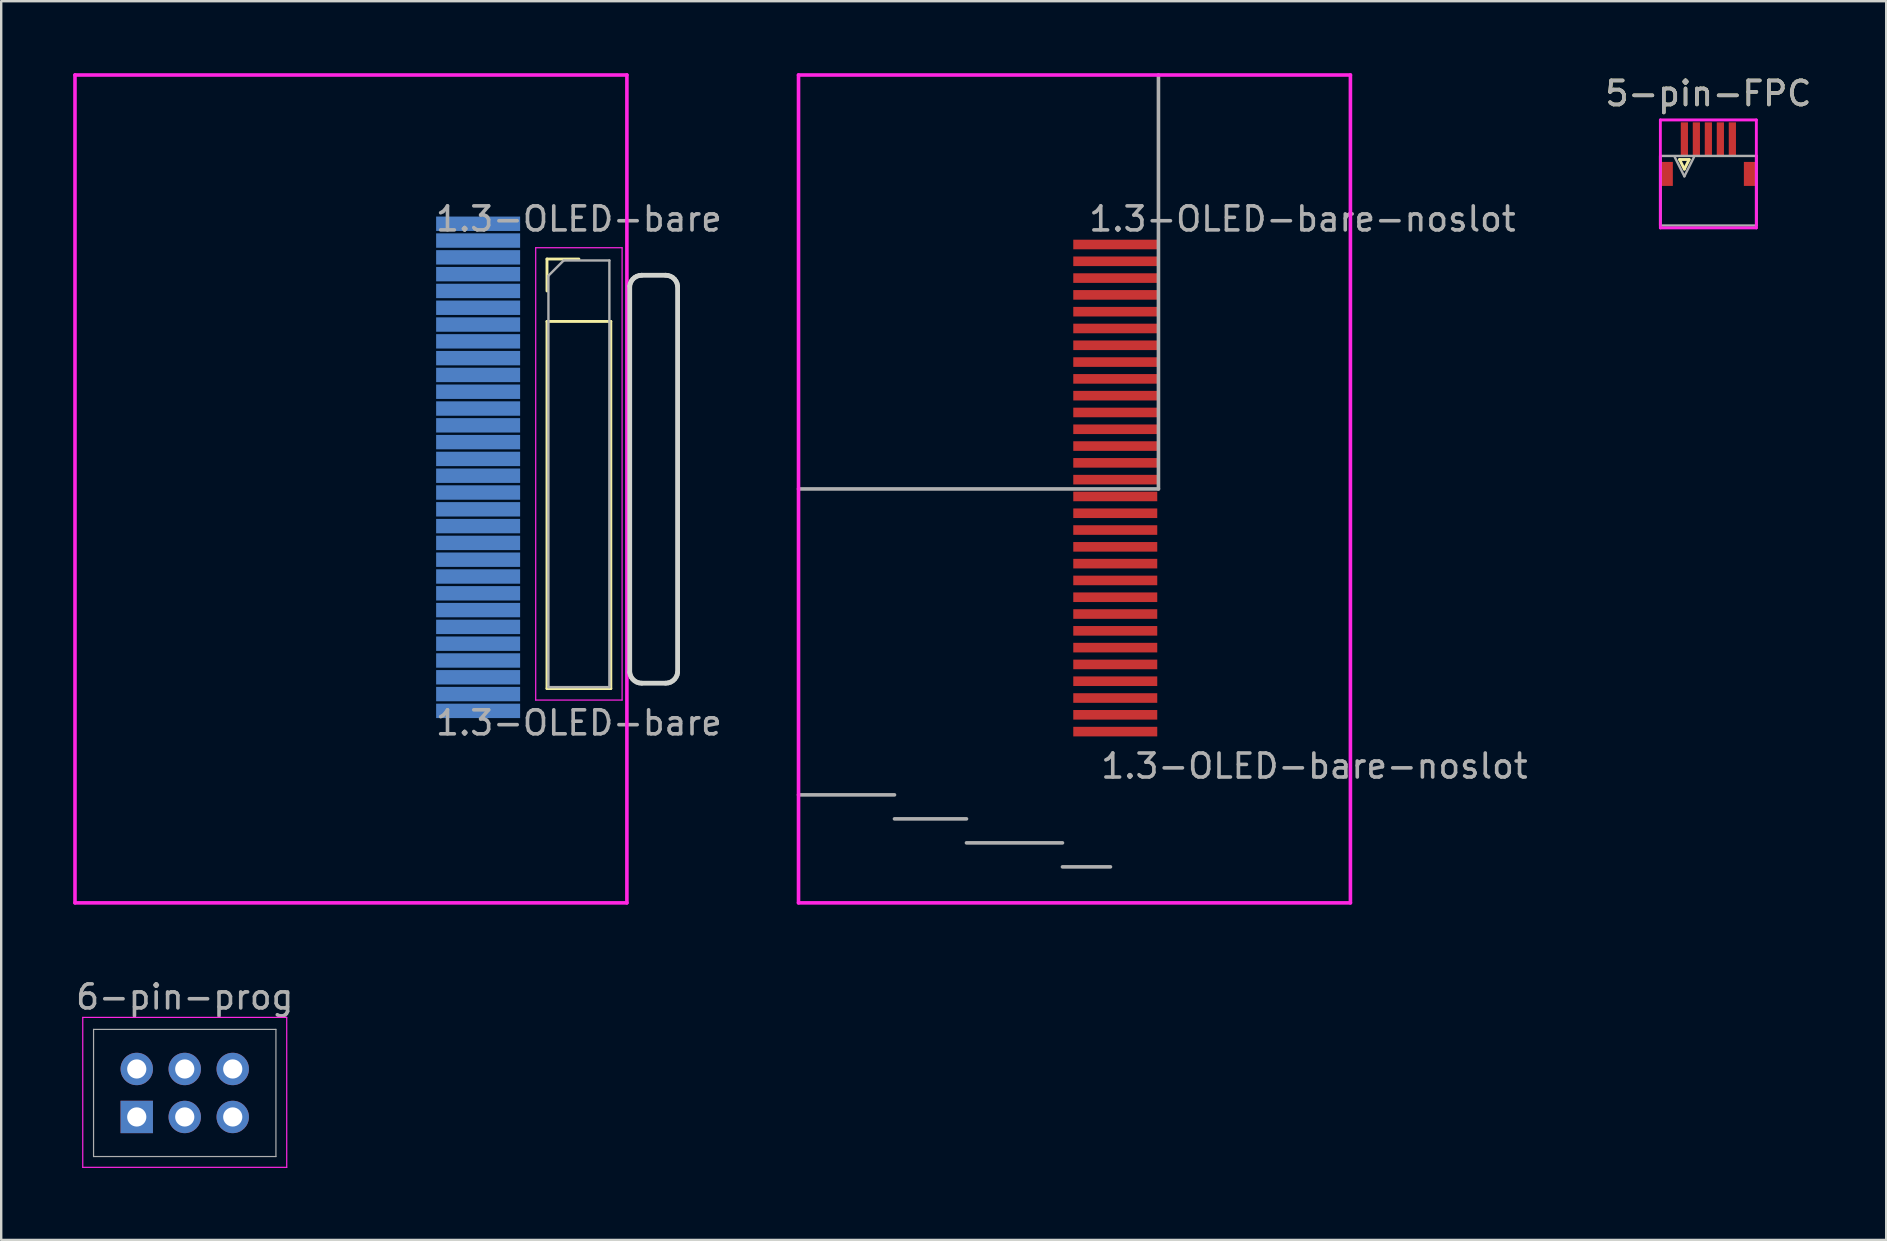
<source format=kicad_pcb>
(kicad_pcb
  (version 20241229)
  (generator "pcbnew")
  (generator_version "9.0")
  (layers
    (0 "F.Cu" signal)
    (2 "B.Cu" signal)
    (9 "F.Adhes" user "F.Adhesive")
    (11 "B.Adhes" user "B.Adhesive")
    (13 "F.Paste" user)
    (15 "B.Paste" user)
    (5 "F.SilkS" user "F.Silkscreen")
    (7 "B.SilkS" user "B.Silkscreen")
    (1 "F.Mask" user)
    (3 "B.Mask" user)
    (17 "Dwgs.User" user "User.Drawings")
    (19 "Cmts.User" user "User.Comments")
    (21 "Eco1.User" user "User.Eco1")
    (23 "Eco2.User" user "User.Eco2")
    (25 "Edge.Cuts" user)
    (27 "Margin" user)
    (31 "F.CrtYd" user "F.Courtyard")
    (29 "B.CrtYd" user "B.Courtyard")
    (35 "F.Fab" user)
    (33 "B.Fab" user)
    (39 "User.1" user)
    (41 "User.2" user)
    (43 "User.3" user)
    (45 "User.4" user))
  (footprint "6-pin-prog"
    (layer "F.Cu")
    (at 2.649 43.498)
    (property "Reference" "6-pin-prog" (at 2 -5 0) (layer "F.Fab") (effects (font (size 1 1) (thickness 0.15))))
    (attr through_hole)
    (fp_line (start -2.25 -4.15) (end -2.25 2.1) (stroke (width 0.05) (type solid)) (layer "F.CrtYd"))
    (fp_line (start -2.25 2.1) (end 6.25 2.1) (stroke (width 0.05) (type solid)) (layer "F.CrtYd"))
    (fp_line (start 6.25 -4.15) (end -2.25 -4.15) (stroke (width 0.05) (type solid)) (layer "F.CrtYd"))
    (fp_line (start 6.25 2.1) (end 6.25 -4.15) (stroke (width 0.05) (type solid)) (layer "F.CrtYd"))
    (fp_line (start -1.8 -3.65) (end -1.8 1.65) (stroke (width 0.05) (type solid)) (layer "F.Fab"))
    (fp_line (start -1.8 1.65) (end 5.8 1.65) (stroke (width 0.05) (type solid)) (layer "F.Fab"))
    (fp_line (start 5.8 -3.65) (end -1.8 -3.65) (stroke (width 0.05) (type solid)) (layer "F.Fab"))
    (fp_line (start 5.8 1.65) (end 5.8 -3.65) (stroke (width 0.05) (type solid)) (layer "F.Fab"))
    (pad "1" thru_hole rect (at 0 0) (size 1.35 1.35) (drill 0.8) (layers "*.Cu" "*.Mask"))
    (pad "2" thru_hole circle (at 2 0) (size 1.35 1.35) (drill 0.8) (layers "*.Cu" "*.Mask"))
    (pad "3" thru_hole circle (at 4 0) (size 1.35 1.35) (drill 0.8) (layers "*.Cu" "*.Mask"))
    (pad "4" thru_hole circle (at 0 -2) (size 1.35 1.35) (drill 0.8) (layers "*.Cu" "*.Mask"))
    (pad "5" thru_hole circle (at 2 -2) (size 1.35 1.35) (drill 0.8) (layers "*.Cu" "*.Mask"))
    (pad "6" thru_hole circle (at 4 -2) (size 1.35 1.35) (drill 0.8) (layers "*.Cu" "*.Mask")))
  (footprint "1.3-OLED-bare-noslot"
    (layer "F.Cu")
    (at 51.227 9.075)
    (property "Reference" "1.3-OLED-bare-noslot" (at 0 -3 0) (layer "F.Fab") (effects (font (size 1 1) (thickness 0.15))))
    (attr through_hole)
    (fp_line (start -21 -9) (end 2 -9) (stroke (width 0.15) (type solid)) (layer "F.CrtYd"))
    (fp_line (start -21 25.5) (end -21 -9) (stroke (width 0.15) (type solid)) (layer "F.CrtYd"))
    (fp_line (start 2 25.5) (end -21 25.5) (stroke (width 0.15) (type solid)) (layer "F.CrtYd"))
    (fp_line (start 2 25.5) (end 2 -9) (stroke (width 0.15) (type solid)) (layer "F.CrtYd"))
    (fp_line (start -17 21) (end -21 21) (stroke (width 0.15) (type solid)) (layer "F.Fab"))
    (fp_line (start -14 22) (end -17 22) (stroke (width 0.15) (type solid)) (layer "F.Fab"))
    (fp_line (start -10 23) (end -14 23) (stroke (width 0.15) (type solid)) (layer "F.Fab"))
    (fp_line (start -8 24) (end -10 24) (stroke (width 0.15) (type solid)) (layer "F.Fab"))
    (fp_line (start -6 -9) (end -6 8.25) (stroke (width 0.15) (type solid)) (layer "F.Fab"))
    (fp_line (start -6 8.25) (end -21 8.25) (stroke (width 0.15) (type solid)) (layer "F.Fab"))
    (fp_text user "${REFERENCE}" (at 0.5 19.8 180) (layer "F.Fab") (effects (font (size 1 1) (thickness 0.15))))
    (pad "1" smd rect (at -7.8 -1.936 90) (size 0.4 3.5) (layers "F.Cu" "F.Mask" "F.Paste"))
    (pad "2" smd rect (at -7.8 -1.236 90) (size 0.4 3.5) (layers "F.Cu" "F.Mask" "F.Paste"))
    (pad "3" smd rect (at -7.8 -0.536 90) (size 0.4 3.5) (layers "F.Cu" "F.Mask" "F.Paste"))
    (pad "4" smd rect (at -7.8 0.164 90) (size 0.4 3.5) (layers "F.Cu" "F.Mask" "F.Paste"))
    (pad "5" smd rect (at -7.8 0.864 90) (size 0.4 3.5) (layers "F.Cu" "F.Mask" "F.Paste"))
    (pad "6" smd rect (at -7.8 1.564 90) (size 0.4 3.5) (layers "F.Cu" "F.Mask" "F.Paste"))
    (pad "7" smd rect (at -7.8 2.264 90) (size 0.4 3.5) (layers "F.Cu" "F.Mask" "F.Paste"))
    (pad "8" smd rect (at -7.8 2.964 90) (size 0.4 3.5) (layers "F.Cu" "F.Mask" "F.Paste"))
    (pad "9" smd rect (at -7.8 3.664 90) (size 0.4 3.5) (layers "F.Cu" "F.Mask" "F.Paste"))
    (pad "10" smd rect (at -7.8 4.364 90) (size 0.4 3.5) (layers "F.Cu" "F.Mask" "F.Paste"))
    (pad "11" smd rect (at -7.8 5.064 90) (size 0.4 3.5) (layers "F.Cu" "F.Mask" "F.Paste"))
    (pad "12" smd rect (at -7.8 5.764 90) (size 0.4 3.5) (layers "F.Cu" "F.Mask" "F.Paste"))
    (pad "13" smd rect (at -7.8 6.464 90) (size 0.4 3.5) (layers "F.Cu" "F.Mask" "F.Paste"))
    (pad "14" smd rect (at -7.8 7.164 90) (size 0.4 3.5) (layers "F.Cu" "F.Mask" "F.Paste"))
    (pad "15" smd rect (at -7.8 7.864 90) (size 0.4 3.5) (layers "F.Cu" "F.Mask" "F.Paste"))
    (pad "16" smd rect (at -7.8 8.564 90) (size 0.4 3.5) (layers "F.Cu" "F.Mask" "F.Paste"))
    (pad "17" smd rect (at -7.8 9.264 90) (size 0.4 3.5) (layers "F.Cu" "F.Mask" "F.Paste"))
    (pad "18" smd rect (at -7.8 9.964 90) (size 0.4 3.5) (layers "F.Cu" "F.Mask" "F.Paste"))
    (pad "19" smd rect (at -7.8 10.664 90) (size 0.4 3.5) (layers "F.Cu" "F.Mask" "F.Paste"))
    (pad "20" smd rect (at -7.8 11.364 90) (size 0.4 3.5) (layers "F.Cu" "F.Mask" "F.Paste"))
    (pad "21" smd rect (at -7.8 12.064 90) (size 0.4 3.5) (layers "F.Cu" "F.Mask" "F.Paste"))
    (pad "22" smd rect (at -7.8 12.764 90) (size 0.4 3.5) (layers "F.Cu" "F.Mask" "F.Paste"))
    (pad "23" smd rect (at -7.8 13.464 90) (size 0.4 3.5) (layers "F.Cu" "F.Mask" "F.Paste"))
    (pad "24" smd rect (at -7.8 14.164 90) (size 0.4 3.5) (layers "F.Cu" "F.Mask" "F.Paste"))
    (pad "25" smd rect (at -7.8 14.864 90) (size 0.4 3.5) (layers "F.Cu" "F.Mask" "F.Paste"))
    (pad "26" smd rect (at -7.8 15.564 90) (size 0.4 3.5) (layers "F.Cu" "F.Mask" "F.Paste"))
    (pad "27" smd rect (at -7.8 16.264 90) (size 0.4 3.5) (layers "F.Cu" "F.Mask" "F.Paste"))
    (pad "28" smd rect (at -7.8 16.964 90) (size 0.4 3.5) (layers "F.Cu" "F.Mask" "F.Paste"))
    (pad "29" smd rect (at -7.8 17.664 90) (size 0.4 3.5) (layers "F.Cu" "F.Mask" "F.Paste"))
    (pad "30" smd rect (at -7.8 18.364 90) (size 0.4 3.5) (layers "F.Cu" "F.Mask" "F.Paste")))
  (footprint "5-pin-FPC"
    (layer "F.Cu")
    (at 68.144 3.448)
    (property "Reference" "5-pin-FPC" (at 0 -2.6 0) (layer "F.SilkS") (effects (font (size 1 1) (thickness 0.15))))
    (attr smd)
    (fp_line (start -1.2 0.15) (end -1 0.55) (stroke (width 0.12) (type solid)) (layer "F.SilkS"))
    (fp_line (start -1 0.55) (end -0.8 0.15) (stroke (width 0.12) (type solid)) (layer "F.SilkS"))
    (fp_line (start -0.8 0.15) (end -1.2 0.15) (stroke (width 0.12) (type solid)) (layer "F.SilkS"))
    (fp_line (start -2 -1.5) (end -2 3) (stroke (width 0.12) (type solid)) (layer "F.CrtYd"))
    (fp_line (start -2 3) (end 2 3) (stroke (width 0.12) (type solid)) (layer "F.CrtYd"))
    (fp_line (start 2 -1.5) (end -2 -1.5) (stroke (width 0.12) (type solid)) (layer "F.CrtYd"))
    (fp_line (start 2 3) (end 2 -1.5) (stroke (width 0.12) (type solid)) (layer "F.CrtYd"))
    (fp_line (start -2 0) (end -2 2.9) (stroke (width 0.12) (type solid)) (layer "F.Fab"))
    (fp_line (start -2 0) (end 2 0) (stroke (width 0.1) (type solid)) (layer "F.Fab"))
    (fp_line (start -2 2.9) (end 2 2.9) (stroke (width 0.1) (type solid)) (layer "F.Fab"))
    (fp_line (start -1.4 0.05) (end -1 0.85) (stroke (width 0.1) (type solid)) (layer "F.Fab"))
    (fp_line (start -1 0.85) (end -0.6 0.05) (stroke (width 0.1) (type solid)) (layer "F.Fab"))
    (fp_line (start 2 0) (end 2 2.9) (stroke (width 0.12) (type solid)) (layer "F.Fab"))
    (fp_text user "${REFERENCE}" (at 0 -2.6 0) (layer "F.Fab") (effects (font (size 1 1) (thickness 0.15))))
    (pad "1" smd rect (at -1 -0.7) (size 0.3 1.4) (layers "F.Cu" "F.Mask" "F.Paste"))
    (pad "2" smd rect (at -0.5 -0.7) (size 0.3 1.4) (layers "F.Cu" "F.Mask" "F.Paste"))
    (pad "3" smd rect (at 0 -0.7) (size 0.3 1.4) (layers "F.Cu" "F.Mask" "F.Paste"))
    (pad "4" smd rect (at 0.5 -0.7) (size 0.3 1.4) (layers "F.Cu" "F.Mask" "F.Paste"))
    (pad "5" smd rect (at 1 -0.7) (size 0.3 1.4) (layers "F.Cu" "F.Mask" "F.Paste"))
    (pad "MP" smd rect (at -1.74 0.75) (size 0.52 1) (layers "F.Cu" "F.Mask" "F.Paste"))
    (pad "MP" smd rect (at 1.74 0.75) (size 0.52 1) (layers "F.Cu" "F.Mask" "F.Paste")))
  (footprint "1.3-OLED-bare"
    (layer "F.Cu")
    (at 21.075 9.075)
    (property "Reference" "1.3-OLED-bare" (at 0 -3 0) (layer "F.Fab") (effects (font (size 1 1) (thickness 0.15))))
    (attr through_hole)
    (fp_line (start -1.33 -1.33) (end 0 -1.33) (stroke (width 0.12) (type solid)) (layer "F.SilkS"))
    (fp_line (start -1.33 0) (end -1.33 -1.33) (stroke (width 0.12) (type solid)) (layer "F.SilkS"))
    (fp_line (start -1.33 1.27) (end -1.33 16.57) (stroke (width 0.12) (type solid)) (layer "F.SilkS"))
    (fp_line (start -1.33 1.27) (end 1.33 1.27) (stroke (width 0.12) (type solid)) (layer "F.SilkS"))
    (fp_line (start -1.33 16.57) (end 1.33 16.57) (stroke (width 0.12) (type solid)) (layer "F.SilkS"))
    (fp_line (start 1.33 1.27) (end 1.33 16.57) (stroke (width 0.12) (type solid)) (layer "F.SilkS"))
    (fp_line (start 2.118 -0.206) (end 2.14 -0.309) (stroke (width 0.2) (type solid)) (layer "Edge.Cuts"))
    (fp_line (start 2.118 15.898) (end 2.118 -0.206) (stroke (width 0.2) (type solid)) (layer "Edge.Cuts"))
    (fp_line (start 2.14 -0.309) (end 2.182 -0.404) (stroke (width 0.2) (type solid)) (layer "Edge.Cuts"))
    (fp_line (start 2.14 16) (end 2.118 15.898) (stroke (width 0.2) (type solid)) (layer "Edge.Cuts"))
    (fp_line (start 2.182 -0.404) (end 2.244 -0.489) (stroke (width 0.2) (type solid)) (layer "Edge.Cuts"))
    (fp_line (start 2.182 16.096) (end 2.14 16) (stroke (width 0.2) (type solid)) (layer "Edge.Cuts"))
    (fp_line (start 2.244 -0.489) (end 2.322 -0.559) (stroke (width 0.2) (type solid)) (layer "Edge.Cuts"))
    (fp_line (start 2.244 16.18) (end 2.182 16.096) (stroke (width 0.2) (type solid)) (layer "Edge.Cuts"))
    (fp_line (start 2.322 -0.559) (end 2.412 -0.611) (stroke (width 0.2) (type solid)) (layer "Edge.Cuts"))
    (fp_line (start 2.322 16.25) (end 2.244 16.18) (stroke (width 0.2) (type solid)) (layer "Edge.Cuts"))
    (fp_line (start 2.412 -0.611) (end 2.512 -0.643) (stroke (width 0.2) (type solid)) (layer "Edge.Cuts"))
    (fp_line (start 2.412 16.303) (end 2.322 16.25) (stroke (width 0.2) (type solid)) (layer "Edge.Cuts"))
    (fp_line (start 2.512 -0.643) (end 2.615 -0.654) (stroke (width 0.2) (type solid)) (layer "Edge.Cuts"))
    (fp_line (start 2.512 16.335) (end 2.412 16.303) (stroke (width 0.2) (type solid)) (layer "Edge.Cuts"))
    (fp_line (start 2.615 -0.654) (end 3.615 -0.654) (stroke (width 0.2) (type solid)) (layer "Edge.Cuts"))
    (fp_line (start 2.615 16.346) (end 2.512 16.335) (stroke (width 0.2) (type solid)) (layer "Edge.Cuts"))
    (fp_line (start 3.615 -0.654) (end 3.719 -0.643) (stroke (width 0.2) (type solid)) (layer "Edge.Cuts"))
    (fp_line (start 3.615 16.346) (end 2.615 16.346) (stroke (width 0.2) (type solid)) (layer "Edge.Cuts"))
    (fp_line (start 3.719 -0.643) (end 3.819 -0.611) (stroke (width 0.2) (type solid)) (layer "Edge.Cuts"))
    (fp_line (start 3.719 16.335) (end 3.615 16.346) (stroke (width 0.2) (type solid)) (layer "Edge.Cuts"))
    (fp_line (start 3.819 -0.611) (end 3.909 -0.559) (stroke (width 0.2) (type solid)) (layer "Edge.Cuts"))
    (fp_line (start 3.819 16.303) (end 3.719 16.335) (stroke (width 0.2) (type solid)) (layer "Edge.Cuts"))
    (fp_line (start 3.909 -0.559) (end 3.987 -0.489) (stroke (width 0.2) (type solid)) (layer "Edge.Cuts"))
    (fp_line (start 3.909 16.25) (end 3.819 16.303) (stroke (width 0.2) (type solid)) (layer "Edge.Cuts"))
    (fp_line (start 3.987 -0.489) (end 4.048 -0.404) (stroke (width 0.2) (type solid)) (layer "Edge.Cuts"))
    (fp_line (start 3.987 16.18) (end 3.909 16.25) (stroke (width 0.2) (type solid)) (layer "Edge.Cuts"))
    (fp_line (start 4.048 -0.404) (end 4.091 -0.309) (stroke (width 0.2) (type solid)) (layer "Edge.Cuts"))
    (fp_line (start 4.048 16.096) (end 3.987 16.18) (stroke (width 0.2) (type solid)) (layer "Edge.Cuts"))
    (fp_line (start 4.091 -0.309) (end 4.113 -0.206) (stroke (width 0.2) (type solid)) (layer "Edge.Cuts"))
    (fp_line (start 4.091 16) (end 4.048 16.096) (stroke (width 0.2) (type solid)) (layer "Edge.Cuts"))
    (fp_line (start 4.113 -0.206) (end 4.113 15.898) (stroke (width 0.2) (type solid)) (layer "Edge.Cuts"))
    (fp_line (start 4.113 15.898) (end 4.091 16) (stroke (width 0.2) (type solid)) (layer "Edge.Cuts"))
    (fp_line (start -21 -9) (end 2 -9) (stroke (width 0.15) (type solid)) (layer "F.CrtYd"))
    (fp_line (start -21 25.5) (end -21 -9) (stroke (width 0.15) (type solid)) (layer "F.CrtYd"))
    (fp_line (start -1.8 -1.8) (end -1.8 17.05) (stroke (width 0.05) (type solid)) (layer "F.CrtYd"))
    (fp_line (start -1.8 17.05) (end 1.8 17.05) (stroke (width 0.05) (type solid)) (layer "F.CrtYd"))
    (fp_line (start 1.8 -1.8) (end -1.8 -1.8) (stroke (width 0.05) (type solid)) (layer "F.CrtYd"))
    (fp_line (start 1.8 17.05) (end 1.8 -1.8) (stroke (width 0.05) (type solid)) (layer "F.CrtYd"))
    (fp_line (start 2 25.5) (end -21 25.5) (stroke (width 0.15) (type solid)) (layer "F.CrtYd"))
    (fp_line (start 2 25.5) (end 2 -9) (stroke (width 0.15) (type solid)) (layer "F.CrtYd"))
    (fp_line (start -1.27 -0.635) (end -0.635 -1.27) (stroke (width 0.1) (type solid)) (layer "F.Fab"))
    (fp_line (start -1.27 16.51) (end -1.27 -0.635) (stroke (width 0.1) (type solid)) (layer "F.Fab"))
    (fp_line (start -0.635 -1.27) (end 1.27 -1.27) (stroke (width 0.1) (type solid)) (layer "F.Fab"))
    (fp_line (start 1.27 -1.27) (end 1.27 16.51) (stroke (width 0.1) (type solid)) (layer "F.Fab"))
    (fp_line (start 1.27 16.51) (end -1.27 16.51) (stroke (width 0.1) (type solid)) (layer "F.Fab"))
    (fp_text user "${REFERENCE}" (at 0 18 180) (layer "F.Fab") (effects (font (size 1 1) (thickness 0.15))))
    (pad "1" smd rect (at -4.2 17.5 270) (size 0.6 3.5) (layers "B.Cu" "B.Mask" "B.Paste"))
    (pad "2" smd rect (at -4.2 16.8 270) (size 0.6 3.5) (layers "B.Cu" "B.Mask" "B.Paste"))
    (pad "3" smd rect (at -4.2 16.1 270) (size 0.6 3.5) (layers "B.Cu" "B.Mask" "B.Paste"))
    (pad "4" smd rect (at -4.2 15.4 270) (size 0.6 3.5) (layers "B.Cu" "B.Mask" "B.Paste"))
    (pad "5" smd rect (at -4.2 14.7 270) (size 0.6 3.5) (layers "B.Cu" "B.Mask" "B.Paste"))
    (pad "6" smd rect (at -4.2 14 270) (size 0.6 3.5) (layers "B.Cu" "B.Mask" "B.Paste"))
    (pad "7" smd rect (at -4.2 13.3 270) (size 0.6 3.5) (layers "B.Cu" "B.Mask" "B.Paste"))
    (pad "8" smd rect (at -4.2 12.6 270) (size 0.6 3.5) (layers "B.Cu" "B.Mask" "B.Paste"))
    (pad "9" smd rect (at -4.2 11.9 270) (size 0.6 3.5) (layers "B.Cu" "B.Mask" "B.Paste"))
    (pad "10" smd rect (at -4.2 11.2 270) (size 0.6 3.5) (layers "B.Cu" "B.Mask" "B.Paste"))
    (pad "11" smd rect (at -4.2 10.5 270) (size 0.6 3.5) (layers "B.Cu" "B.Mask" "B.Paste"))
    (pad "12" smd rect (at -4.2 9.8 270) (size 0.6 3.5) (layers "B.Cu" "B.Mask" "B.Paste"))
    (pad "13" smd rect (at -4.2 9.1 270) (size 0.6 3.5) (layers "B.Cu" "B.Mask" "B.Paste"))
    (pad "14" smd rect (at -4.2 8.4 270) (size 0.6 3.5) (layers "B.Cu" "B.Mask" "B.Paste"))
    (pad "15" smd rect (at -4.2 7.7 270) (size 0.6 3.5) (layers "B.Cu" "B.Mask" "B.Paste"))
    (pad "16" smd rect (at -4.2 7 270) (size 0.6 3.5) (layers "B.Cu" "B.Mask" "B.Paste"))
    (pad "17" smd rect (at -4.2 6.3 270) (size 0.6 3.5) (layers "B.Cu" "B.Mask" "B.Paste"))
    (pad "18" smd rect (at -4.2 5.6 270) (size 0.6 3.5) (layers "B.Cu" "B.Mask" "B.Paste"))
    (pad "19" smd rect (at -4.2 4.9 270) (size 0.6 3.5) (layers "B.Cu" "B.Mask" "B.Paste"))
    (pad "20" smd rect (at -4.2 4.2 270) (size 0.6 3.5) (layers "B.Cu" "B.Mask" "B.Paste"))
    (pad "21" smd rect (at -4.2 3.5 270) (size 0.6 3.5) (layers "B.Cu" "B.Mask" "B.Paste"))
    (pad "22" smd rect (at -4.2 2.8 270) (size 0.6 3.5) (layers "B.Cu" "B.Mask" "B.Paste"))
    (pad "23" smd rect (at -4.2 2.1 270) (size 0.6 3.5) (layers "B.Cu" "B.Mask" "B.Paste"))
    (pad "24" smd rect (at -4.2 1.4 270) (size 0.6 3.5) (layers "B.Cu" "B.Mask" "B.Paste"))
    (pad "25" smd rect (at -4.2 0.7 270) (size 0.6 3.5) (layers "B.Cu" "B.Mask" "B.Paste"))
    (pad "26" smd rect (at -4.2 0 270) (size 0.6 3.5) (layers "B.Cu" "B.Mask" "B.Paste"))
    (pad "27" smd rect (at -4.2 -0.7 270) (size 0.6 3.5) (layers "B.Cu" "B.Mask" "B.Paste"))
    (pad "28" smd rect (at -4.2 -1.4 270) (size 0.6 3.5) (layers "B.Cu" "B.Mask" "B.Paste"))
    (pad "29" smd rect (at -4.2 -2.1 270) (size 0.6 3.5) (layers "B.Cu" "B.Mask" "B.Paste"))
    (pad "30" smd rect (at -4.2 -2.8 270) (size 0.6 3.5) (layers "B.Cu" "B.Mask" "B.Paste")))
  (gr_rect
    (start -3 -3)
    (end 75.555 48.623)
    (stroke (width 0.1) (type default))
    (fill no)
    (layer "Edge.Cuts")))
</source>
